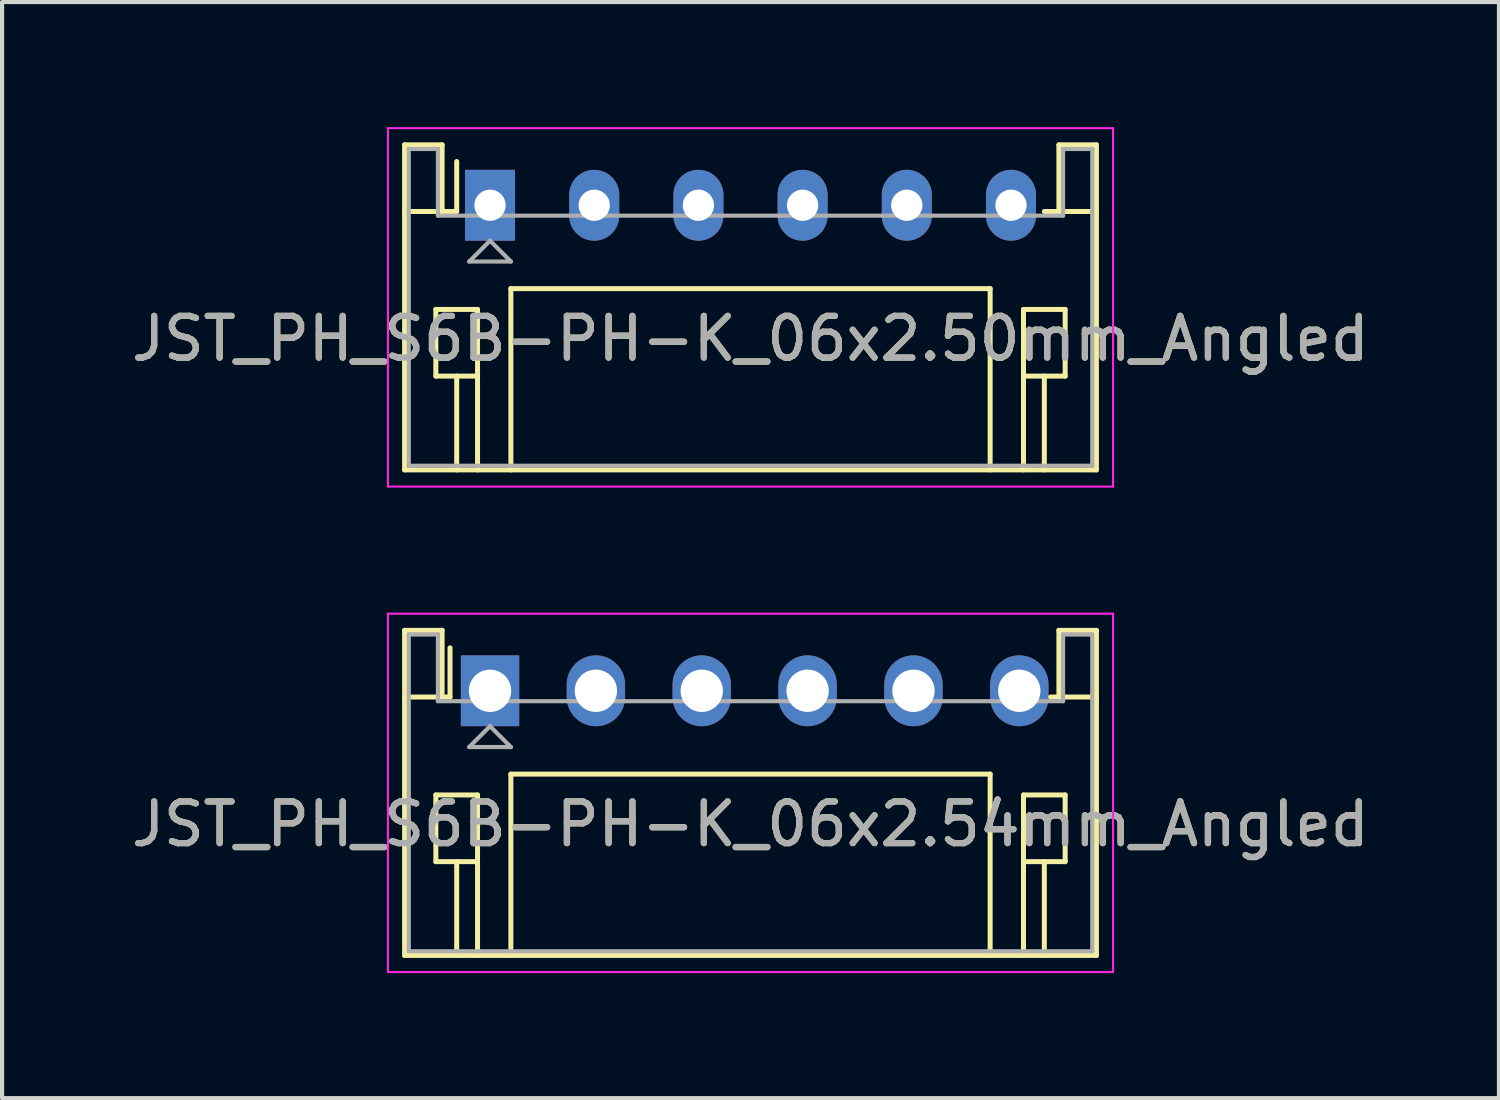
<source format=kicad_pcb>
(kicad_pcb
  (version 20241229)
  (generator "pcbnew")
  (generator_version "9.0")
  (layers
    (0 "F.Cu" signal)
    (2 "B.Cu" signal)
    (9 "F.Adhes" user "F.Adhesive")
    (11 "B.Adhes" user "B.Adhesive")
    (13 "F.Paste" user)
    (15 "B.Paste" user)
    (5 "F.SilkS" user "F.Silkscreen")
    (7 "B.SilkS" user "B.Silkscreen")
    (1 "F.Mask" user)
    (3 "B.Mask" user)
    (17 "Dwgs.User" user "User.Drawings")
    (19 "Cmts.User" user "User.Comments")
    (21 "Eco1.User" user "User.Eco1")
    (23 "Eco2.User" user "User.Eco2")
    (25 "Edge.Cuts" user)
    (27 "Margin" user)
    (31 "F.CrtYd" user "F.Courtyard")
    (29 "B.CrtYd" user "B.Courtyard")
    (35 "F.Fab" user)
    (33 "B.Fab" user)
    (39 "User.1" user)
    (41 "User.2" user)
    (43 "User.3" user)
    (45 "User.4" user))
  (footprint "JST_PH_S6B-PH-K_06x2.54mm_Angled"
    (layer "F.Cu")
    (at 8.708 13.525)
    (property "Reference" "JST_PH_S6B-PH-K_06x2.54mm_Angled" (at 6.25 3.2 0) (layer "F.SilkS") (effects (font (size 1 1) (thickness 0.15))))
    (attr through_hole)
    (fp_line (start -2.05 -1.45) (end -2.05 6.35) (stroke (width 0.12) (type solid)) (layer "F.SilkS"))
    (fp_line (start -2.05 0.15) (end -1.15 0.15) (stroke (width 0.12) (type solid)) (layer "F.SilkS"))
    (fp_line (start -2.05 6.35) (end 14.55 6.35) (stroke (width 0.12) (type solid)) (layer "F.SilkS"))
    (fp_line (start -1.3 2.5) (end -1.3 4.1) (stroke (width 0.12) (type solid)) (layer "F.SilkS"))
    (fp_line (start -1.3 4.1) (end -0.3 4.1) (stroke (width 0.12) (type solid)) (layer "F.SilkS"))
    (fp_line (start -1.15 -1.45) (end -2.05 -1.45) (stroke (width 0.12) (type solid)) (layer "F.SilkS"))
    (fp_line (start -1.15 0.15) (end -1.15 -1.45) (stroke (width 0.12) (type solid)) (layer "F.SilkS"))
    (fp_line (start -0.96 0.15) (end -1.15 0.15) (stroke (width 0.12) (type solid)) (layer "F.SilkS"))
    (fp_line (start -0.96 0.15) (end -0.96 -1.03) (stroke (width 0.12) (type solid)) (layer "F.SilkS"))
    (fp_line (start -0.8 4.1) (end -0.8 6.35) (stroke (width 0.12) (type solid)) (layer "F.SilkS"))
    (fp_line (start -0.3 2.5) (end -1.3 2.5) (stroke (width 0.12) (type solid)) (layer "F.SilkS"))
    (fp_line (start -0.3 4.1) (end -0.3 2.5) (stroke (width 0.12) (type solid)) (layer "F.SilkS"))
    (fp_line (start -0.3 4.1) (end -0.3 6.35) (stroke (width 0.12) (type solid)) (layer "F.SilkS"))
    (fp_line (start 0.5 2) (end 12 2) (stroke (width 0.12) (type solid)) (layer "F.SilkS"))
    (fp_line (start 0.5 6.35) (end 0.5 2) (stroke (width 0.12) (type solid)) (layer "F.SilkS"))
    (fp_line (start 12 2) (end 12 6.35) (stroke (width 0.12) (type solid)) (layer "F.SilkS"))
    (fp_line (start 12.8 2.5) (end 13.8 2.5) (stroke (width 0.12) (type solid)) (layer "F.SilkS"))
    (fp_line (start 12.8 4.1) (end 12.8 2.5) (stroke (width 0.12) (type solid)) (layer "F.SilkS"))
    (fp_line (start 12.8 4.1) (end 12.8 6.35) (stroke (width 0.12) (type solid)) (layer "F.SilkS"))
    (fp_line (start 13.3 4.1) (end 13.3 6.35) (stroke (width 0.12) (type solid)) (layer "F.SilkS"))
    (fp_line (start 13.65 -1.45) (end 13.65 0.15) (stroke (width 0.12) (type solid)) (layer "F.SilkS"))
    (fp_line (start 13.65 0.15) (end 13.45 0.15) (stroke (width 0.12) (type solid)) (layer "F.SilkS"))
    (fp_line (start 13.8 2.5) (end 13.8 4.1) (stroke (width 0.12) (type solid)) (layer "F.SilkS"))
    (fp_line (start 13.8 4.1) (end 12.8 4.1) (stroke (width 0.12) (type solid)) (layer "F.SilkS"))
    (fp_line (start 14.55 -1.45) (end 13.65 -1.45) (stroke (width 0.12) (type solid)) (layer "F.SilkS"))
    (fp_line (start 14.55 0.15) (end 13.65 0.15) (stroke (width 0.12) (type solid)) (layer "F.SilkS"))
    (fp_line (start 14.55 6.35) (end 14.55 -1.45) (stroke (width 0.12) (type solid)) (layer "F.SilkS"))
    (fp_line (start -2.45 -1.85) (end -2.45 6.75) (stroke (width 0.05) (type solid)) (layer "F.CrtYd"))
    (fp_line (start -2.45 6.75) (end 14.95 6.75) (stroke (width 0.05) (type solid)) (layer "F.CrtYd"))
    (fp_line (start 14.95 -1.85) (end -2.45 -1.85) (stroke (width 0.05) (type solid)) (layer "F.CrtYd"))
    (fp_line (start 14.95 6.75) (end 14.95 -1.85) (stroke (width 0.05) (type solid)) (layer "F.CrtYd"))
    (fp_line (start -1.95 -1.35) (end -1.95 6.25) (stroke (width 0.1) (type solid)) (layer "F.Fab"))
    (fp_line (start -1.95 6.25) (end 14.452 6.25) (stroke (width 0.1) (type solid)) (layer "F.Fab"))
    (fp_line (start -1.25 -1.35) (end -1.95 -1.35) (stroke (width 0.1) (type solid)) (layer "F.Fab"))
    (fp_line (start -1.25 0.25) (end -1.25 -1.35) (stroke (width 0.1) (type solid)) (layer "F.Fab"))
    (fp_line (start -0.5 1.35) (end 0.5 1.35) (stroke (width 0.1) (type solid)) (layer "F.Fab"))
    (fp_line (start 0 0.85) (end -0.5 1.35) (stroke (width 0.1) (type solid)) (layer "F.Fab"))
    (fp_line (start 0.5 1.35) (end 0 0.85) (stroke (width 0.1) (type solid)) (layer "F.Fab"))
    (fp_line (start 13.75 -1.35) (end 13.75 0.25) (stroke (width 0.1) (type solid)) (layer "F.Fab"))
    (fp_line (start 13.75 0.25) (end -1.25 0.25) (stroke (width 0.1) (type solid)) (layer "F.Fab"))
    (fp_line (start 14.45 -1.35) (end 13.75 -1.35) (stroke (width 0.1) (type solid)) (layer "F.Fab"))
    (fp_line (start 14.45 6.25) (end 14.45 -1.35) (stroke (width 0.1) (type solid)) (layer "F.Fab"))
    (fp_text user "${REFERENCE}" (at 6.25 3.2 0) (layer "F.Fab") (effects (font (size 1 1) (thickness 0.15))))
    (pad "1" thru_hole rect (at 0 0) (size 1.4 1.7) (drill 1.016) (layers "*.Cu" "*.Mask"))
    (pad "2" thru_hole oval (at 2.54 0) (size 1.4 1.7) (drill 1.016) (layers "*.Cu" "*.Mask"))
    (pad "3" thru_hole oval (at 5.08 0) (size 1.4 1.7) (drill 1.016) (layers "*.Cu" "*.Mask"))
    (pad "4" thru_hole oval (at 7.62 0) (size 1.4 1.7) (drill 1.016) (layers "*.Cu" "*.Mask"))
    (pad "5" thru_hole oval (at 10.16 0) (size 1.4 1.7) (drill 1.016) (layers "*.Cu" "*.Mask"))
    (pad "6" thru_hole oval (at 12.7 0) (size 1.4 1.7) (drill 1.016) (layers "*.Cu" "*.Mask")))
  (footprint "JST_PH_S6B-PH-K_06x2.50mm_Angled"
    (layer "F.Cu")
    (at 8.708 1.875)
    (property "Reference" "JST_PH_S6B-PH-K_06x2.50mm_Angled" (at 6.25 3.2 0) (layer "F.SilkS") (effects (font (size 1 1) (thickness 0.15))))
    (attr through_hole)
    (fp_line (start -2.05 -1.45) (end -2.05 6.35) (stroke (width 0.12) (type solid)) (layer "F.SilkS"))
    (fp_line (start -2.05 0.15) (end -1.15 0.15) (stroke (width 0.12) (type solid)) (layer "F.SilkS"))
    (fp_line (start -2.05 6.35) (end 14.55 6.35) (stroke (width 0.12) (type solid)) (layer "F.SilkS"))
    (fp_line (start -1.3 2.5) (end -1.3 4.1) (stroke (width 0.12) (type solid)) (layer "F.SilkS"))
    (fp_line (start -1.3 4.1) (end -0.3 4.1) (stroke (width 0.12) (type solid)) (layer "F.SilkS"))
    (fp_line (start -1.15 -1.45) (end -2.05 -1.45) (stroke (width 0.12) (type solid)) (layer "F.SilkS"))
    (fp_line (start -1.15 0.15) (end -1.15 -1.45) (stroke (width 0.12) (type solid)) (layer "F.SilkS"))
    (fp_line (start -0.8 0.15) (end -1.15 0.15) (stroke (width 0.12) (type solid)) (layer "F.SilkS"))
    (fp_line (start -0.8 0.15) (end -0.8 -1.05) (stroke (width 0.12) (type solid)) (layer "F.SilkS"))
    (fp_line (start -0.8 4.1) (end -0.8 6.35) (stroke (width 0.12) (type solid)) (layer "F.SilkS"))
    (fp_line (start -0.3 2.5) (end -1.3 2.5) (stroke (width 0.12) (type solid)) (layer "F.SilkS"))
    (fp_line (start -0.3 4.1) (end -0.3 2.5) (stroke (width 0.12) (type solid)) (layer "F.SilkS"))
    (fp_line (start -0.3 4.1) (end -0.3 6.35) (stroke (width 0.12) (type solid)) (layer "F.SilkS"))
    (fp_line (start 0.5 2) (end 12 2) (stroke (width 0.12) (type solid)) (layer "F.SilkS"))
    (fp_line (start 0.5 6.35) (end 0.5 2) (stroke (width 0.12) (type solid)) (layer "F.SilkS"))
    (fp_line (start 12 2) (end 12 6.35) (stroke (width 0.12) (type solid)) (layer "F.SilkS"))
    (fp_line (start 12.8 2.5) (end 13.8 2.5) (stroke (width 0.12) (type solid)) (layer "F.SilkS"))
    (fp_line (start 12.8 4.1) (end 12.8 2.5) (stroke (width 0.12) (type solid)) (layer "F.SilkS"))
    (fp_line (start 12.8 4.1) (end 12.8 6.35) (stroke (width 0.12) (type solid)) (layer "F.SilkS"))
    (fp_line (start 13.3 4.1) (end 13.3 6.35) (stroke (width 0.12) (type solid)) (layer "F.SilkS"))
    (fp_line (start 13.65 -1.45) (end 13.65 0.15) (stroke (width 0.12) (type solid)) (layer "F.SilkS"))
    (fp_line (start 13.65 0.15) (end 13.3 0.15) (stroke (width 0.12) (type solid)) (layer "F.SilkS"))
    (fp_line (start 13.8 2.5) (end 13.8 4.1) (stroke (width 0.12) (type solid)) (layer "F.SilkS"))
    (fp_line (start 13.8 4.1) (end 12.8 4.1) (stroke (width 0.12) (type solid)) (layer "F.SilkS"))
    (fp_line (start 14.55 -1.45) (end 13.65 -1.45) (stroke (width 0.12) (type solid)) (layer "F.SilkS"))
    (fp_line (start 14.55 0.15) (end 13.65 0.15) (stroke (width 0.12) (type solid)) (layer "F.SilkS"))
    (fp_line (start 14.55 6.35) (end 14.55 -1.45) (stroke (width 0.12) (type solid)) (layer "F.SilkS"))
    (fp_line (start -2.45 -1.85) (end -2.45 6.75) (stroke (width 0.05) (type solid)) (layer "F.CrtYd"))
    (fp_line (start -2.45 6.75) (end 14.95 6.75) (stroke (width 0.05) (type solid)) (layer "F.CrtYd"))
    (fp_line (start 14.95 -1.85) (end -2.45 -1.85) (stroke (width 0.05) (type solid)) (layer "F.CrtYd"))
    (fp_line (start 14.95 6.75) (end 14.95 -1.85) (stroke (width 0.05) (type solid)) (layer "F.CrtYd"))
    (fp_line (start -1.95 -1.35) (end -1.95 6.25) (stroke (width 0.1) (type solid)) (layer "F.Fab"))
    (fp_line (start -1.95 6.25) (end 14.452 6.25) (stroke (width 0.1) (type solid)) (layer "F.Fab"))
    (fp_line (start -1.25 -1.35) (end -1.95 -1.35) (stroke (width 0.1) (type solid)) (layer "F.Fab"))
    (fp_line (start -1.25 0.25) (end -1.25 -1.35) (stroke (width 0.1) (type solid)) (layer "F.Fab"))
    (fp_line (start -0.5 1.35) (end 0.5 1.35) (stroke (width 0.1) (type solid)) (layer "F.Fab"))
    (fp_line (start 0 0.85) (end -0.5 1.35) (stroke (width 0.1) (type solid)) (layer "F.Fab"))
    (fp_line (start 0.5 1.35) (end 0 0.85) (stroke (width 0.1) (type solid)) (layer "F.Fab"))
    (fp_line (start 13.75 -1.35) (end 13.75 0.25) (stroke (width 0.1) (type solid)) (layer "F.Fab"))
    (fp_line (start 13.75 0.25) (end -1.25 0.25) (stroke (width 0.1) (type solid)) (layer "F.Fab"))
    (fp_line (start 14.45 -1.35) (end 13.75 -1.35) (stroke (width 0.1) (type solid)) (layer "F.Fab"))
    (fp_line (start 14.45 6.25) (end 14.45 -1.35) (stroke (width 0.1) (type solid)) (layer "F.Fab"))
    (fp_text user "${REFERENCE}" (at 6.25 3.2 0) (layer "F.Fab") (effects (font (size 1 1) (thickness 0.15))))
    (pad "1" thru_hole rect (at 0 0) (size 1.2 1.7) (drill 0.75) (layers "*.Cu" "*.Mask"))
    (pad "2" thru_hole oval (at 2.5 0) (size 1.2 1.7) (drill 0.75) (layers "*.Cu" "*.Mask"))
    (pad "3" thru_hole oval (at 5 0) (size 1.2 1.7) (drill 0.75) (layers "*.Cu" "*.Mask"))
    (pad "4" thru_hole oval (at 7.5 0) (size 1.2 1.7) (drill 0.75) (layers "*.Cu" "*.Mask"))
    (pad "5" thru_hole oval (at 10 0) (size 1.2 1.7) (drill 0.75) (layers "*.Cu" "*.Mask"))
    (pad "6" thru_hole oval (at 12.5 0) (size 1.2 1.7) (drill 0.75) (layers "*.Cu" "*.Mask")))
  (gr_rect
    (start -3 -3)
    (end 32.917 23.3)
    (stroke (width 0.1) (type default))
    (fill no)
    (layer "Edge.Cuts")))
</source>
